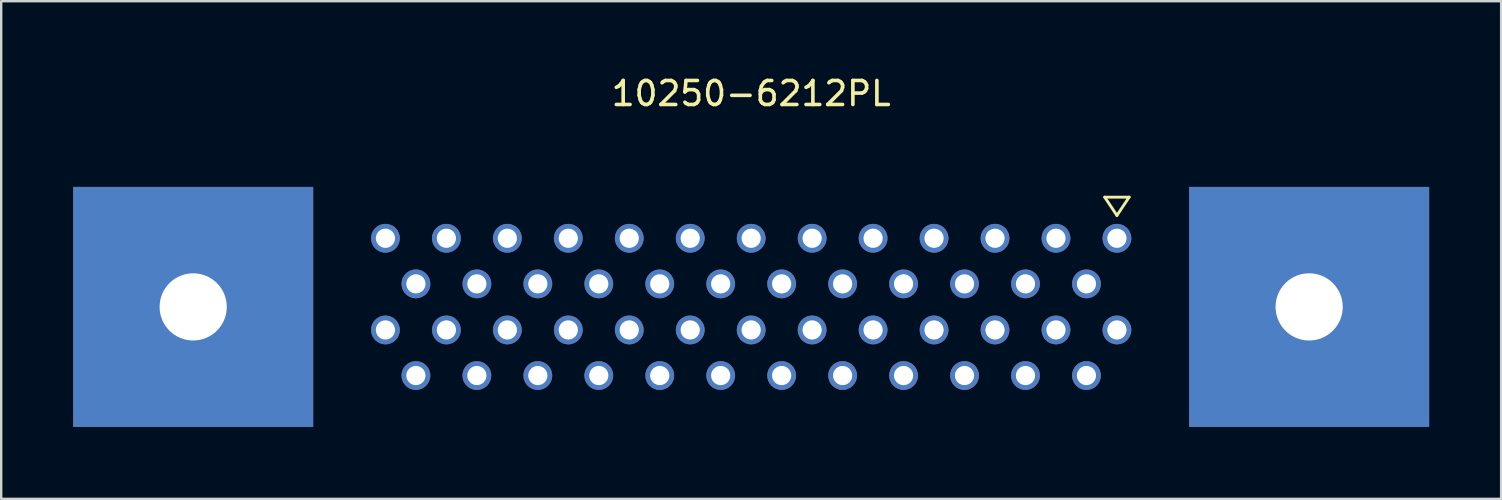
<source format=kicad_pcb>
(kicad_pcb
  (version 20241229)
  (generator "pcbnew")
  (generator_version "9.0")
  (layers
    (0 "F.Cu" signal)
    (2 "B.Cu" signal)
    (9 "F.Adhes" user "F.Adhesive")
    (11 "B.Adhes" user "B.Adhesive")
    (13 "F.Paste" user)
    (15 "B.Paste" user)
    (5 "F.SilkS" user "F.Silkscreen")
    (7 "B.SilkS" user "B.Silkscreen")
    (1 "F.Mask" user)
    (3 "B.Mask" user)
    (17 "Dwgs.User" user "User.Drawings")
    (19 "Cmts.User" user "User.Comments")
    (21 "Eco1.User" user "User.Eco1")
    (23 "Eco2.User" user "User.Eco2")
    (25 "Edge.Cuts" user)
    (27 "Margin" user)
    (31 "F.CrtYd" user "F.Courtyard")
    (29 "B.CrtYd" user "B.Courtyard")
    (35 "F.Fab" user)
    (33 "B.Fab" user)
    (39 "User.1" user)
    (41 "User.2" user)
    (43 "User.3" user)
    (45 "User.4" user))
  (footprint "10250-6212PL"
    (layer "F.Cu")
    (at 28.25 9.738)
    (property "Reference" "10250-6212PL" (at 0 -8.89 0) (unlocked yes) (layer "F.SilkS") (effects (font (size 1 1) (thickness 0.15))))
    (attr through_hole)
    (fp_line (start 14.732 -4.572) (end 15.748 -4.572) (stroke (width 0.12) (type solid)) (layer "F.SilkS"))
    (fp_line (start 15.24 -3.81) (end 14.732 -4.572) (stroke (width 0.12) (type solid)) (layer "F.SilkS"))
    (fp_line (start 15.748 -4.572) (end 15.24 -3.81) (stroke (width 0.12) (type solid)) (layer "F.SilkS"))
    (pad "" thru_hole rect (at -23.25 0) (size 10 10) (drill 2.8) (layers "*.Cu" "*.Mask"))
    (pad "" thru_hole rect (at 23.25 0) (size 10 10) (drill 2.8) (layers "*.Cu" "*.Mask"))
    (pad "1" thru_hole circle (at 15.24 -2.86) (size 1.2 1.2) (drill 0.8) (layers "*.Cu" "*.Mask"))
    (pad "2" thru_hole circle (at 13.97 -0.96) (size 1.2 1.2) (drill 0.8) (layers "*.Cu" "*.Mask"))
    (pad "3" thru_hole circle (at 12.7 -2.86) (size 1.2 1.2) (drill 0.8) (layers "*.Cu" "*.Mask"))
    (pad "4" thru_hole circle (at 11.43 -0.96) (size 1.2 1.2) (drill 0.8) (layers "*.Cu" "*.Mask"))
    (pad "5" thru_hole circle (at 10.16 -2.86) (size 1.2 1.2) (drill 0.8) (layers "*.Cu" "*.Mask"))
    (pad "6" thru_hole circle (at 8.89 -0.96) (size 1.2 1.2) (drill 0.8) (layers "*.Cu" "*.Mask"))
    (pad "7" thru_hole circle (at 7.62 -2.86) (size 1.2 1.2) (drill 0.8) (layers "*.Cu" "*.Mask"))
    (pad "8" thru_hole circle (at 6.35 -0.96) (size 1.2 1.2) (drill 0.8) (layers "*.Cu" "*.Mask"))
    (pad "9" thru_hole circle (at 5.08 -2.86) (size 1.2 1.2) (drill 0.8) (layers "*.Cu" "*.Mask"))
    (pad "10" thru_hole circle (at 3.81 -0.96) (size 1.2 1.2) (drill 0.8) (layers "*.Cu" "*.Mask"))
    (pad "11" thru_hole circle (at 2.54 -2.86) (size 1.2 1.2) (drill 0.8) (layers "*.Cu" "*.Mask"))
    (pad "12" thru_hole circle (at 1.27 -0.96) (size 1.2 1.2) (drill 0.8) (layers "*.Cu" "*.Mask"))
    (pad "13" thru_hole circle (at 0 -2.86) (size 1.2 1.2) (drill 0.8) (layers "*.Cu" "*.Mask"))
    (pad "14" thru_hole circle (at -1.27 -0.96) (size 1.2 1.2) (drill 0.8) (layers "*.Cu" "*.Mask"))
    (pad "15" thru_hole circle (at -2.54 -2.86) (size 1.2 1.2) (drill 0.8) (layers "*.Cu" "*.Mask"))
    (pad "16" thru_hole circle (at -3.81 -0.96) (size 1.2 1.2) (drill 0.8) (layers "*.Cu" "*.Mask"))
    (pad "17" thru_hole circle (at -5.08 -2.86) (size 1.2 1.2) (drill 0.8) (layers "*.Cu" "*.Mask"))
    (pad "18" thru_hole circle (at -6.35 -0.96) (size 1.2 1.2) (drill 0.8) (layers "*.Cu" "*.Mask"))
    (pad "19" thru_hole circle (at -7.62 -2.86) (size 1.2 1.2) (drill 0.8) (layers "*.Cu" "*.Mask"))
    (pad "20" thru_hole circle (at -8.89 -0.96) (size 1.2 1.2) (drill 0.8) (layers "*.Cu" "*.Mask"))
    (pad "21" thru_hole circle (at -10.16 -2.86) (size 1.2 1.2) (drill 0.8) (layers "*.Cu" "*.Mask"))
    (pad "22" thru_hole circle (at -11.43 -0.96) (size 1.2 1.2) (drill 0.8) (layers "*.Cu" "*.Mask"))
    (pad "23" thru_hole circle (at -12.7 -2.86) (size 1.2 1.2) (drill 0.8) (layers "*.Cu" "*.Mask"))
    (pad "24" thru_hole circle (at -13.97 -0.96) (size 1.2 1.2) (drill 0.8) (layers "*.Cu" "*.Mask"))
    (pad "25" thru_hole circle (at -15.24 -2.86) (size 1.2 1.2) (drill 0.8) (layers "*.Cu" "*.Mask"))
    (pad "26" thru_hole circle (at 15.24 0.96) (size 1.2 1.2) (drill 0.8) (layers "*.Cu" "*.Mask"))
    (pad "27" thru_hole circle (at 13.97 2.86) (size 1.2 1.2) (drill 0.8) (layers "*.Cu" "*.Mask"))
    (pad "28" thru_hole circle (at 12.7 0.96) (size 1.2 1.2) (drill 0.8) (layers "*.Cu" "*.Mask"))
    (pad "29" thru_hole circle (at 11.43 2.86) (size 1.2 1.2) (drill 0.8) (layers "*.Cu" "*.Mask"))
    (pad "30" thru_hole circle (at 10.16 0.96) (size 1.2 1.2) (drill 0.8) (layers "*.Cu" "*.Mask"))
    (pad "31" thru_hole circle (at 8.89 2.86) (size 1.2 1.2) (drill 0.8) (layers "*.Cu" "*.Mask"))
    (pad "32" thru_hole circle (at 7.62 0.96) (size 1.2 1.2) (drill 0.8) (layers "*.Cu" "*.Mask"))
    (pad "33" thru_hole circle (at 6.35 2.86) (size 1.2 1.2) (drill 0.8) (layers "*.Cu" "*.Mask"))
    (pad "34" thru_hole circle (at 5.08 0.96) (size 1.2 1.2) (drill 0.8) (layers "*.Cu" "*.Mask"))
    (pad "35" thru_hole circle (at 3.81 2.86) (size 1.2 1.2) (drill 0.8) (layers "*.Cu" "*.Mask"))
    (pad "36" thru_hole circle (at 2.54 0.96) (size 1.2 1.2) (drill 0.8) (layers "*.Cu" "*.Mask"))
    (pad "37" thru_hole circle (at 1.27 2.86) (size 1.2 1.2) (drill 0.8) (layers "*.Cu" "*.Mask"))
    (pad "38" thru_hole circle (at 0 0.96) (size 1.2 1.2) (drill 0.8) (layers "*.Cu" "*.Mask"))
    (pad "39" thru_hole circle (at -1.27 2.86) (size 1.2 1.2) (drill 0.8) (layers "*.Cu" "*.Mask"))
    (pad "40" thru_hole circle (at -2.54 0.96) (size 1.2 1.2) (drill 0.8) (layers "*.Cu" "*.Mask"))
    (pad "41" thru_hole circle (at -3.81 2.86) (size 1.2 1.2) (drill 0.8) (layers "*.Cu" "*.Mask"))
    (pad "42" thru_hole circle (at -5.08 0.96) (size 1.2 1.2) (drill 0.8) (layers "*.Cu" "*.Mask"))
    (pad "43" thru_hole circle (at -6.35 2.86) (size 1.2 1.2) (drill 0.8) (layers "*.Cu" "*.Mask"))
    (pad "44" thru_hole circle (at -7.62 0.96) (size 1.2 1.2) (drill 0.8) (layers "*.Cu" "*.Mask"))
    (pad "45" thru_hole circle (at -8.89 2.86) (size 1.2 1.2) (drill 0.8) (layers "*.Cu" "*.Mask"))
    (pad "46" thru_hole circle (at -10.16 0.96) (size 1.2 1.2) (drill 0.8) (layers "*.Cu" "*.Mask"))
    (pad "47" thru_hole circle (at -11.43 2.86) (size 1.2 1.2) (drill 0.8) (layers "*.Cu" "*.Mask"))
    (pad "48" thru_hole circle (at -12.7 0.96) (size 1.2 1.2) (drill 0.8) (layers "*.Cu" "*.Mask"))
    (pad "49" thru_hole circle (at -13.97 2.86) (size 1.2 1.2) (drill 0.8) (layers "*.Cu" "*.Mask"))
    (pad "50" thru_hole circle (at -15.24 0.96) (size 1.2 1.2) (drill 0.8) (layers "*.Cu" "*.Mask")))
  (gr_rect
    (start -3 -3)
    (end 59.5 17.738)
    (stroke (width 0.1) (type default))
    (fill no)
    (layer "Edge.Cuts")))
</source>
